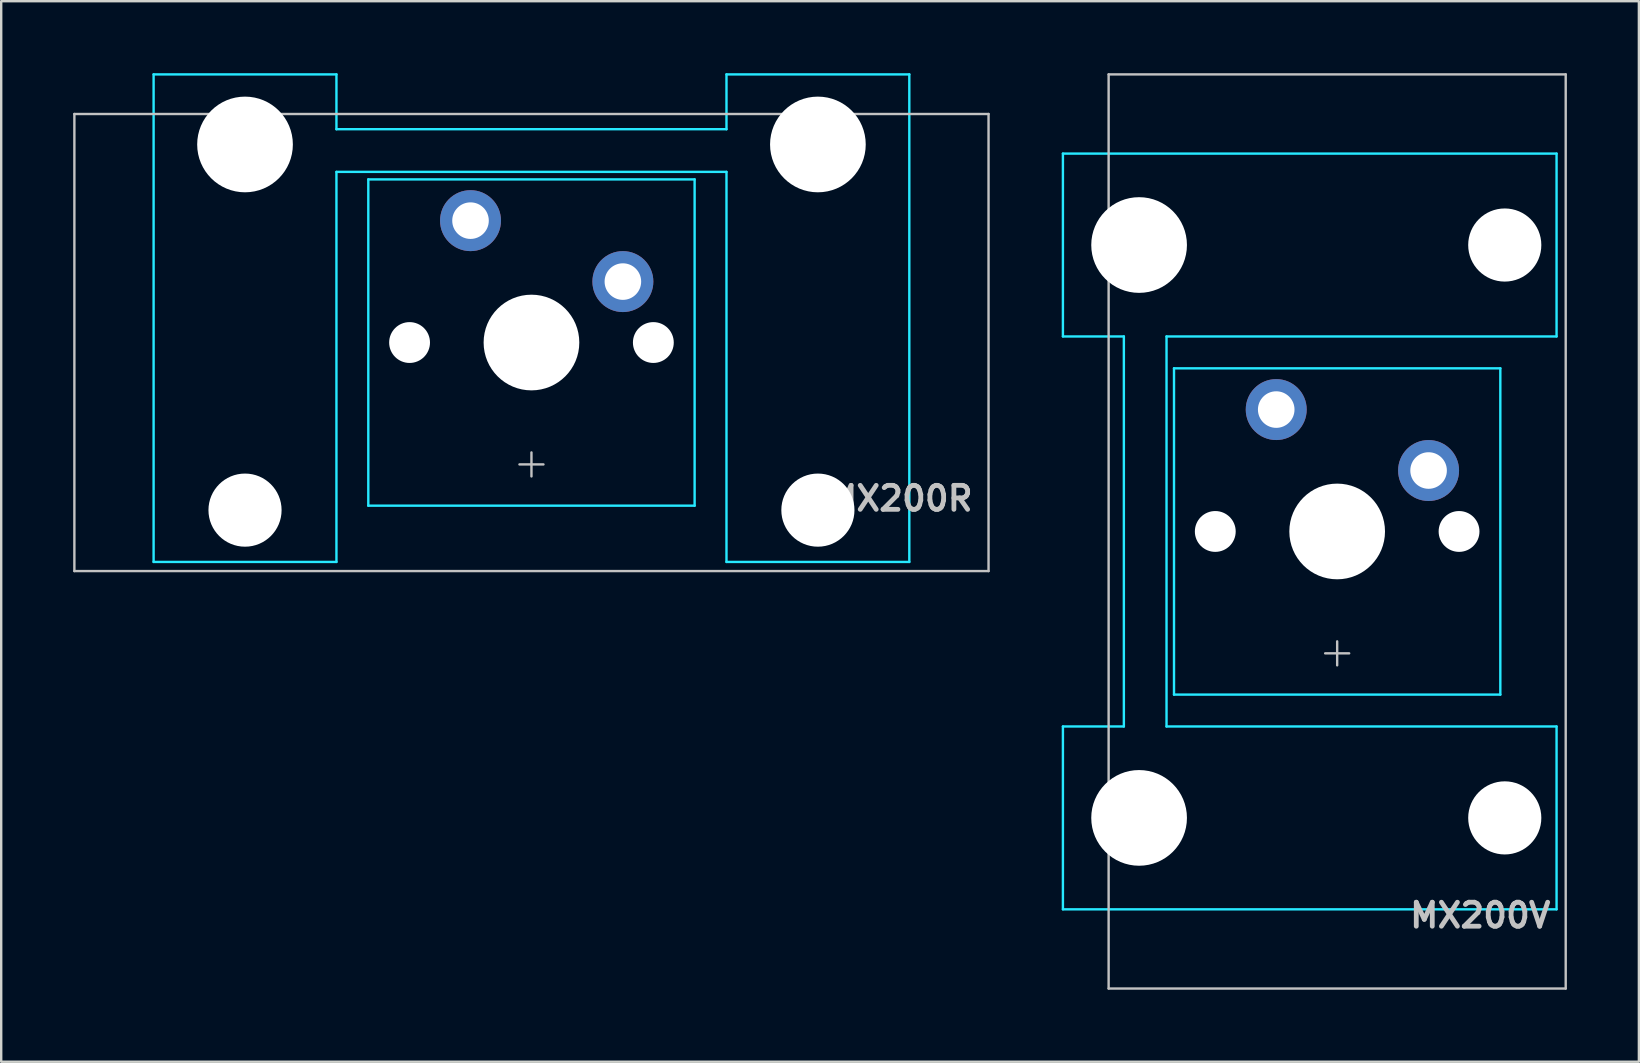
<source format=kicad_pcb>
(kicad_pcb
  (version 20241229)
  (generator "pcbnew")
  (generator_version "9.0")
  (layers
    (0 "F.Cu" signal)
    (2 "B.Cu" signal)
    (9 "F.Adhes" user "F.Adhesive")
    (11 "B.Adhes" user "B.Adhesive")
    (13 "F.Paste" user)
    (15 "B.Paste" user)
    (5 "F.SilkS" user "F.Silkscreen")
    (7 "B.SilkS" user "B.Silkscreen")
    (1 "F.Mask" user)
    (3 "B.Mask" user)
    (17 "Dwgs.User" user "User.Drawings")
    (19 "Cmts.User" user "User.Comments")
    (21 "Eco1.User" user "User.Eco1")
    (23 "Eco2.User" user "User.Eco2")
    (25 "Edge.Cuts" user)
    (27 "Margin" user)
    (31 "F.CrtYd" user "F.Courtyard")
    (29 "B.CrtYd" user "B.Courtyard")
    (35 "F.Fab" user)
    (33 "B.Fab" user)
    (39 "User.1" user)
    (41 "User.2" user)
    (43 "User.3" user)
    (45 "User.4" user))
  (footprint "MX200V"
    (layer "F.Cu")
    (at 52.68 19.1)
    (property "Reference" "MX200V" (at 9 16 0) (layer "Dwgs.User") (effects (font (size 1 1) (thickness 0.2)) (justify right)))
    (attr through_hole)
    (fp_line (start -9.525 -19.05) (end -9.525 19.05) (stroke (width 0.1) (type solid)) (layer "Dwgs.User"))
    (fp_line (start -0.5 5.08) (end 0.5 5.08) (stroke (width 0.1) (type solid)) (layer "Dwgs.User"))
    (fp_line (start 0 5.58) (end 0 4.58) (stroke (width 0.1) (type solid)) (layer "Dwgs.User"))
    (fp_line (start 9.525 -19.05) (end -9.525 -19.05) (stroke (width 0.1) (type solid)) (layer "Dwgs.User"))
    (fp_line (start 9.525 -19.05) (end 9.525 19.05) (stroke (width 0.1) (type solid)) (layer "Dwgs.User"))
    (fp_line (start 9.525 19.05) (end -9.525 19.05) (stroke (width 0.1) (type solid)) (layer "Dwgs.User"))
    (fp_line (start -9.015 -8.938) (end -9.015 -14.938) (stroke (width 0.1) (type solid)) (layer "Eco1.User"))
    (fp_line (start -9.015 14.938) (end -9.015 8.938) (stroke (width 0.1) (type solid)) (layer "Eco1.User"))
    (fp_line (start -8.515 -8.438) (end 5.485 -8.438) (stroke (width 0.1) (type solid)) (layer "Eco1.User"))
    (fp_line (start -8.515 15.438) (end 5.485 15.438) (stroke (width 0.1) (type solid)) (layer "Eco1.User"))
    (fp_line (start -7 -6.5) (end -7 6.5) (stroke (width 0.1) (type solid)) (layer "Eco1.User"))
    (fp_line (start -6.5 7) (end 6.5 7) (stroke (width 0.1) (type solid)) (layer "Eco1.User"))
    (fp_line (start 5.485 -15.438) (end -8.515 -15.438) (stroke (width 0.1) (type solid)) (layer "Eco1.User"))
    (fp_line (start 5.485 8.438) (end -8.515 8.438) (stroke (width 0.1) (type solid)) (layer "Eco1.User"))
    (fp_line (start 5.985 -14.938) (end 5.985 -8.938) (stroke (width 0.1) (type solid)) (layer "Eco1.User"))
    (fp_line (start 5.985 8.938) (end 5.985 14.938) (stroke (width 0.1) (type solid)) (layer "Eco1.User"))
    (fp_line (start 6.5 -7) (end -6.5 -7) (stroke (width 0.1) (type solid)) (layer "Eco1.User"))
    (fp_line (start 7 6.5) (end 7 -6.5) (stroke (width 0.1) (type solid)) (layer "Eco1.User"))
    (fp_arc (start -9.015 -14.938) (mid -8.868553 -15.291553) (end -8.515 -15.438) (stroke (width 0.1) (type solid)) (layer "Eco1.User"))
    (fp_arc (start -9.015 8.938) (mid -8.868553 8.584447) (end -8.515 8.438) (stroke (width 0.1) (type solid)) (layer "Eco1.User"))
    (fp_arc (start -8.515 -8.438) (mid -8.868553 -8.584447) (end -9.015 -8.938) (stroke (width 0.1) (type solid)) (layer "Eco1.User"))
    (fp_arc (start -8.515 15.438) (mid -8.868553 15.291553) (end -9.015 14.938) (stroke (width 0.1) (type solid)) (layer "Eco1.User"))
    (fp_arc (start -7 -6.5) (mid -6.853553 -6.853553) (end -6.5 -7) (stroke (width 0.1) (type solid)) (layer "Eco1.User"))
    (fp_arc (start -6.5 7) (mid -6.853553 6.853553) (end -7 6.5) (stroke (width 0.1) (type solid)) (layer "Eco1.User"))
    (fp_arc (start 5.485 -15.438) (mid 5.838553 -15.291553) (end 5.985 -14.938) (stroke (width 0.1) (type solid)) (layer "Eco1.User"))
    (fp_arc (start 5.485 8.438) (mid 5.838553 8.584447) (end 5.985 8.938) (stroke (width 0.1) (type solid)) (layer "Eco1.User"))
    (fp_arc (start 5.985 -8.938) (mid 5.838553 -8.584447) (end 5.485 -8.438) (stroke (width 0.1) (type solid)) (layer "Eco1.User"))
    (fp_arc (start 5.985 14.938) (mid 5.838553 15.291553) (end 5.485 15.438) (stroke (width 0.1) (type solid)) (layer "Eco1.User"))
    (fp_arc (start 6.5 -7) (mid 6.853553 -6.853553) (end 7 -6.5) (stroke (width 0.1) (type solid)) (layer "Eco1.User"))
    (fp_arc (start 7 6.5) (mid 6.853553 6.853553) (end 6.5 7) (stroke (width 0.1) (type solid)) (layer "Eco1.User"))
    (fp_line (start -11.43 -15.748) (end 9.144 -15.748) (stroke (width 0.1) (type solid)) (layer "B.CrtYd"))
    (fp_line (start -11.43 -8.128) (end -11.43 -15.748) (stroke (width 0.1) (type solid)) (layer "B.CrtYd"))
    (fp_line (start -11.43 -8.128) (end -8.89 -8.128) (stroke (width 0.1) (type solid)) (layer "B.CrtYd"))
    (fp_line (start -11.43 8.128) (end -8.89 8.128) (stroke (width 0.1) (type solid)) (layer "B.CrtYd"))
    (fp_line (start -11.43 15.748) (end -11.43 8.128) (stroke (width 0.1) (type solid)) (layer "B.CrtYd"))
    (fp_line (start -8.89 -8.128) (end -8.89 8.128) (stroke (width 0.1) (type solid)) (layer "B.CrtYd"))
    (fp_line (start -7.112 -8.128) (end -7.112 8.128) (stroke (width 0.1) (type solid)) (layer "B.CrtYd"))
    (fp_line (start -6.8 6.8) (end -6.8 -6.8) (stroke (width 0.1) (type solid)) (layer "B.CrtYd"))
    (fp_line (start 6.8 -6.8) (end -6.8 -6.8) (stroke (width 0.1) (type solid)) (layer "B.CrtYd"))
    (fp_line (start 6.8 6.8) (end -6.8 6.8) (stroke (width 0.1) (type solid)) (layer "B.CrtYd"))
    (fp_line (start 6.8 6.8) (end 6.8 -6.8) (stroke (width 0.1) (type solid)) (layer "B.CrtYd"))
    (fp_line (start 9.144 -15.748) (end 9.144 -8.128) (stroke (width 0.1) (type solid)) (layer "B.CrtYd"))
    (fp_line (start 9.144 -8.128) (end -7.112 -8.128) (stroke (width 0.1) (type solid)) (layer "B.CrtYd"))
    (fp_line (start 9.144 8.128) (end -7.112 8.128) (stroke (width 0.1) (type solid)) (layer "B.CrtYd"))
    (fp_line (start 9.144 8.128) (end 9.144 15.748) (stroke (width 0.1) (type solid)) (layer "B.CrtYd"))
    (fp_line (start 9.144 15.748) (end -11.43 15.748) (stroke (width 0.1) (type solid)) (layer "B.CrtYd"))
    (pad "" np_thru_hole circle (at -8.255 -11.938 270) (size 3.988 3.988) (drill 3.988) (layers "*.Cu" "*.Mask"))
    (pad "" np_thru_hole circle (at -8.255 11.938 270) (size 3.988 3.988) (drill 3.988) (layers "*.Cu" "*.Mask"))
    (pad "" np_thru_hole circle (at -5.08 0) (size 1.702 1.702) (drill 1.702) (layers "*.Cu" "*.Mask"))
    (pad "" connect circle (at -2.54 -5.08) (size 1.524 1.524) (layers "B.Mask"))
    (pad "" np_thru_hole circle (at 0 0) (size 3.988 3.988) (drill 3.988) (layers "*.Cu" "*.Mask"))
    (pad "" connect circle (at 3.81 -2.54) (size 1.524 1.524) (layers "B.Mask"))
    (pad "" np_thru_hole circle (at 5.08 0) (size 1.702 1.702) (drill 1.702) (layers "*.Cu" "*.Mask"))
    (pad "" np_thru_hole circle (at 6.985 -11.938 270) (size 3.048 3.048) (drill 3.048) (layers "*.Cu" "*.Mask"))
    (pad "" np_thru_hole circle (at 6.985 11.938 270) (size 3.048 3.048) (drill 3.048) (layers "*.Cu" "*.Mask"))
    (pad "1" thru_hole circle (at -2.54 -5.08) (size 2.54 2.54) (drill 1.524) (layers "*.Cu" "F.Mask"))
    (pad "2" thru_hole circle (at 3.81 -2.54) (size 2.54 2.54) (drill 1.524) (layers "*.Cu" "F.Mask")))
  (footprint "MX200R"
    (layer "F.Cu")
    (at 19.1 11.226)
    (property "Reference" "MX200R" (at 18.5 6.5 0) (layer "Dwgs.User") (effects (font (size 1 1) (thickness 0.2)) (justify right)))
    (attr through_hole)
    (fp_line (start -19.05 -9.525) (end -19.05 9.525) (stroke (width 0.1) (type solid)) (layer "Dwgs.User"))
    (fp_line (start -19.05 -9.525) (end 19.05 -9.525) (stroke (width 0.1) (type solid)) (layer "Dwgs.User"))
    (fp_line (start -19.05 9.525) (end 19.05 9.525) (stroke (width 0.1) (type solid)) (layer "Dwgs.User"))
    (fp_line (start -0.5 5.08) (end 0.5 5.08) (stroke (width 0.1) (type solid)) (layer "Dwgs.User"))
    (fp_line (start 0 4.58) (end 0 5.58) (stroke (width 0.1) (type solid)) (layer "Dwgs.User"))
    (fp_line (start 19.05 -9.525) (end 19.05 9.525) (stroke (width 0.1) (type solid)) (layer "Dwgs.User"))
    (fp_line (start -15.438 -8.515) (end -15.438 5.485) (stroke (width 0.1) (type solid)) (layer "Eco1.User"))
    (fp_line (start -14.938 -9.015) (end -8.938 -9.015) (stroke (width 0.1) (type solid)) (layer "Eco1.User"))
    (fp_line (start -8.938 5.985) (end -14.938 5.985) (stroke (width 0.1) (type solid)) (layer "Eco1.User"))
    (fp_line (start -8.438 5.485) (end -8.438 -8.515) (stroke (width 0.1) (type solid)) (layer "Eco1.User"))
    (fp_line (start -7 -6.5) (end -7 6.5) (stroke (width 0.1) (type solid)) (layer "Eco1.User"))
    (fp_line (start -6.5 7) (end 6.5 7) (stroke (width 0.1) (type solid)) (layer "Eco1.User"))
    (fp_line (start 6.5 -7) (end -6.5 -7) (stroke (width 0.1) (type solid)) (layer "Eco1.User"))
    (fp_line (start 7 6.5) (end 7 -6.5) (stroke (width 0.1) (type solid)) (layer "Eco1.User"))
    (fp_line (start 8.438 -8.515) (end 8.438 5.485) (stroke (width 0.1) (type solid)) (layer "Eco1.User"))
    (fp_line (start 8.938 -9.015) (end 14.938 -9.015) (stroke (width 0.1) (type solid)) (layer "Eco1.User"))
    (fp_line (start 14.938 5.985) (end 8.938 5.985) (stroke (width 0.1) (type solid)) (layer "Eco1.User"))
    (fp_line (start 15.438 5.485) (end 15.438 -8.515) (stroke (width 0.1) (type solid)) (layer "Eco1.User"))
    (fp_arc (start -15.438 -8.515) (mid -15.291553 -8.868553) (end -14.938 -9.015) (stroke (width 0.1) (type solid)) (layer "Eco1.User"))
    (fp_arc (start -14.938 5.985) (mid -15.291553 5.838553) (end -15.438 5.485) (stroke (width 0.1) (type solid)) (layer "Eco1.User"))
    (fp_arc (start -8.938 -9.015) (mid -8.584447 -8.868553) (end -8.438 -8.515) (stroke (width 0.1) (type solid)) (layer "Eco1.User"))
    (fp_arc (start -8.438 5.485) (mid -8.584447 5.838553) (end -8.938 5.985) (stroke (width 0.1) (type solid)) (layer "Eco1.User"))
    (fp_arc (start -7 -6.5) (mid -6.853553 -6.853553) (end -6.5 -7) (stroke (width 0.1) (type solid)) (layer "Eco1.User"))
    (fp_arc (start -6.5 7) (mid -6.853553 6.853553) (end -7 6.5) (stroke (width 0.1) (type solid)) (layer "Eco1.User"))
    (fp_arc (start 6.5 -7) (mid 6.853553 -6.853553) (end 7 -6.5) (stroke (width 0.1) (type solid)) (layer "Eco1.User"))
    (fp_arc (start 7 6.5) (mid 6.853553 6.853553) (end 6.5 7) (stroke (width 0.1) (type solid)) (layer "Eco1.User"))
    (fp_arc (start 8.438 -8.515) (mid 8.584447 -8.868553) (end 8.938 -9.015) (stroke (width 0.1) (type solid)) (layer "Eco1.User"))
    (fp_arc (start 8.938 5.985) (mid 8.584447 5.838553) (end 8.438 5.485) (stroke (width 0.1) (type solid)) (layer "Eco1.User"))
    (fp_arc (start 14.938 -9.015) (mid 15.291553 -8.868553) (end 15.438 -8.515) (stroke (width 0.1) (type solid)) (layer "Eco1.User"))
    (fp_arc (start 15.438 5.485) (mid 15.291553 5.838553) (end 14.938 5.985) (stroke (width 0.1) (type solid)) (layer "Eco1.User"))
    (fp_line (start -15.748 9.144) (end -15.748 -11.176) (stroke (width 0.1) (type solid)) (layer "B.CrtYd"))
    (fp_line (start -8.128 -11.176) (end -15.748 -11.176) (stroke (width 0.1) (type solid)) (layer "B.CrtYd"))
    (fp_line (start -8.128 -8.89) (end -8.128 -11.176) (stroke (width 0.1) (type solid)) (layer "B.CrtYd"))
    (fp_line (start -8.128 -7.112) (end -8.128 9.144) (stroke (width 0.1) (type solid)) (layer "B.CrtYd"))
    (fp_line (start -8.128 9.144) (end -15.748 9.144) (stroke (width 0.1) (type solid)) (layer "B.CrtYd"))
    (fp_line (start -6.8 -6.8) (end -6.8 6.8) (stroke (width 0.1) (type solid)) (layer "B.CrtYd"))
    (fp_line (start 6.8 -6.8) (end -6.8 -6.8) (stroke (width 0.1) (type solid)) (layer "B.CrtYd"))
    (fp_line (start 6.8 -6.8) (end 6.8 6.8) (stroke (width 0.1) (type solid)) (layer "B.CrtYd"))
    (fp_line (start 6.8 6.8) (end -6.8 6.8) (stroke (width 0.1) (type solid)) (layer "B.CrtYd"))
    (fp_line (start 8.128 -8.89) (end -8.128 -8.89) (stroke (width 0.1) (type solid)) (layer "B.CrtYd"))
    (fp_line (start 8.128 -8.89) (end 8.128 -11.176) (stroke (width 0.1) (type solid)) (layer "B.CrtYd"))
    (fp_line (start 8.128 -7.112) (end -8.128 -7.112) (stroke (width 0.1) (type solid)) (layer "B.CrtYd"))
    (fp_line (start 8.128 -7.112) (end 8.128 9.144) (stroke (width 0.1) (type solid)) (layer "B.CrtYd"))
    (fp_line (start 15.748 -11.176) (end 8.128 -11.176) (stroke (width 0.1) (type solid)) (layer "B.CrtYd"))
    (fp_line (start 15.748 9.144) (end 8.128 9.144) (stroke (width 0.1) (type solid)) (layer "B.CrtYd"))
    (fp_line (start 15.748 9.144) (end 15.748 -11.176) (stroke (width 0.1) (type solid)) (layer "B.CrtYd"))
    (pad "" np_thru_hole circle (at -11.938 -8.255) (size 3.988 3.988) (drill 3.988) (layers "*.Cu" "*.Mask"))
    (pad "" np_thru_hole circle (at -11.938 6.985) (size 3.048 3.048) (drill 3.048) (layers "*.Cu" "*.Mask"))
    (pad "" np_thru_hole circle (at -5.08 0) (size 1.702 1.702) (drill 1.702) (layers "*.Cu" "*.Mask"))
    (pad "" connect circle (at -2.54 -5.08) (size 1.524 1.524) (layers "B.Mask"))
    (pad "" np_thru_hole circle (at 0 0) (size 3.988 3.988) (drill 3.988) (layers "*.Cu" "*.Mask"))
    (pad "" connect circle (at 3.81 -2.54) (size 1.524 1.524) (layers "B.Mask"))
    (pad "" np_thru_hole circle (at 5.08 0) (size 1.702 1.702) (drill 1.702) (layers "*.Cu" "*.Mask"))
    (pad "" np_thru_hole circle (at 11.938 -8.255) (size 3.988 3.988) (drill 3.988) (layers "*.Cu" "*.Mask"))
    (pad "" np_thru_hole circle (at 11.938 6.985) (size 3.048 3.048) (drill 3.048) (layers "*.Cu" "*.Mask"))
    (pad "1" thru_hole circle (at -2.54 -5.08) (size 2.54 2.54) (drill 1.524) (layers "*.Cu" "F.Mask"))
    (pad "2" thru_hole circle (at 3.81 -2.54) (size 2.54 2.54) (drill 1.524) (layers "*.Cu" "F.Mask")))
  (gr_rect
    (start -3 -3)
    (end 65.255 41.2)
    (stroke (width 0.1) (type default))
    (fill no)
    (layer "Edge.Cuts")))
</source>
